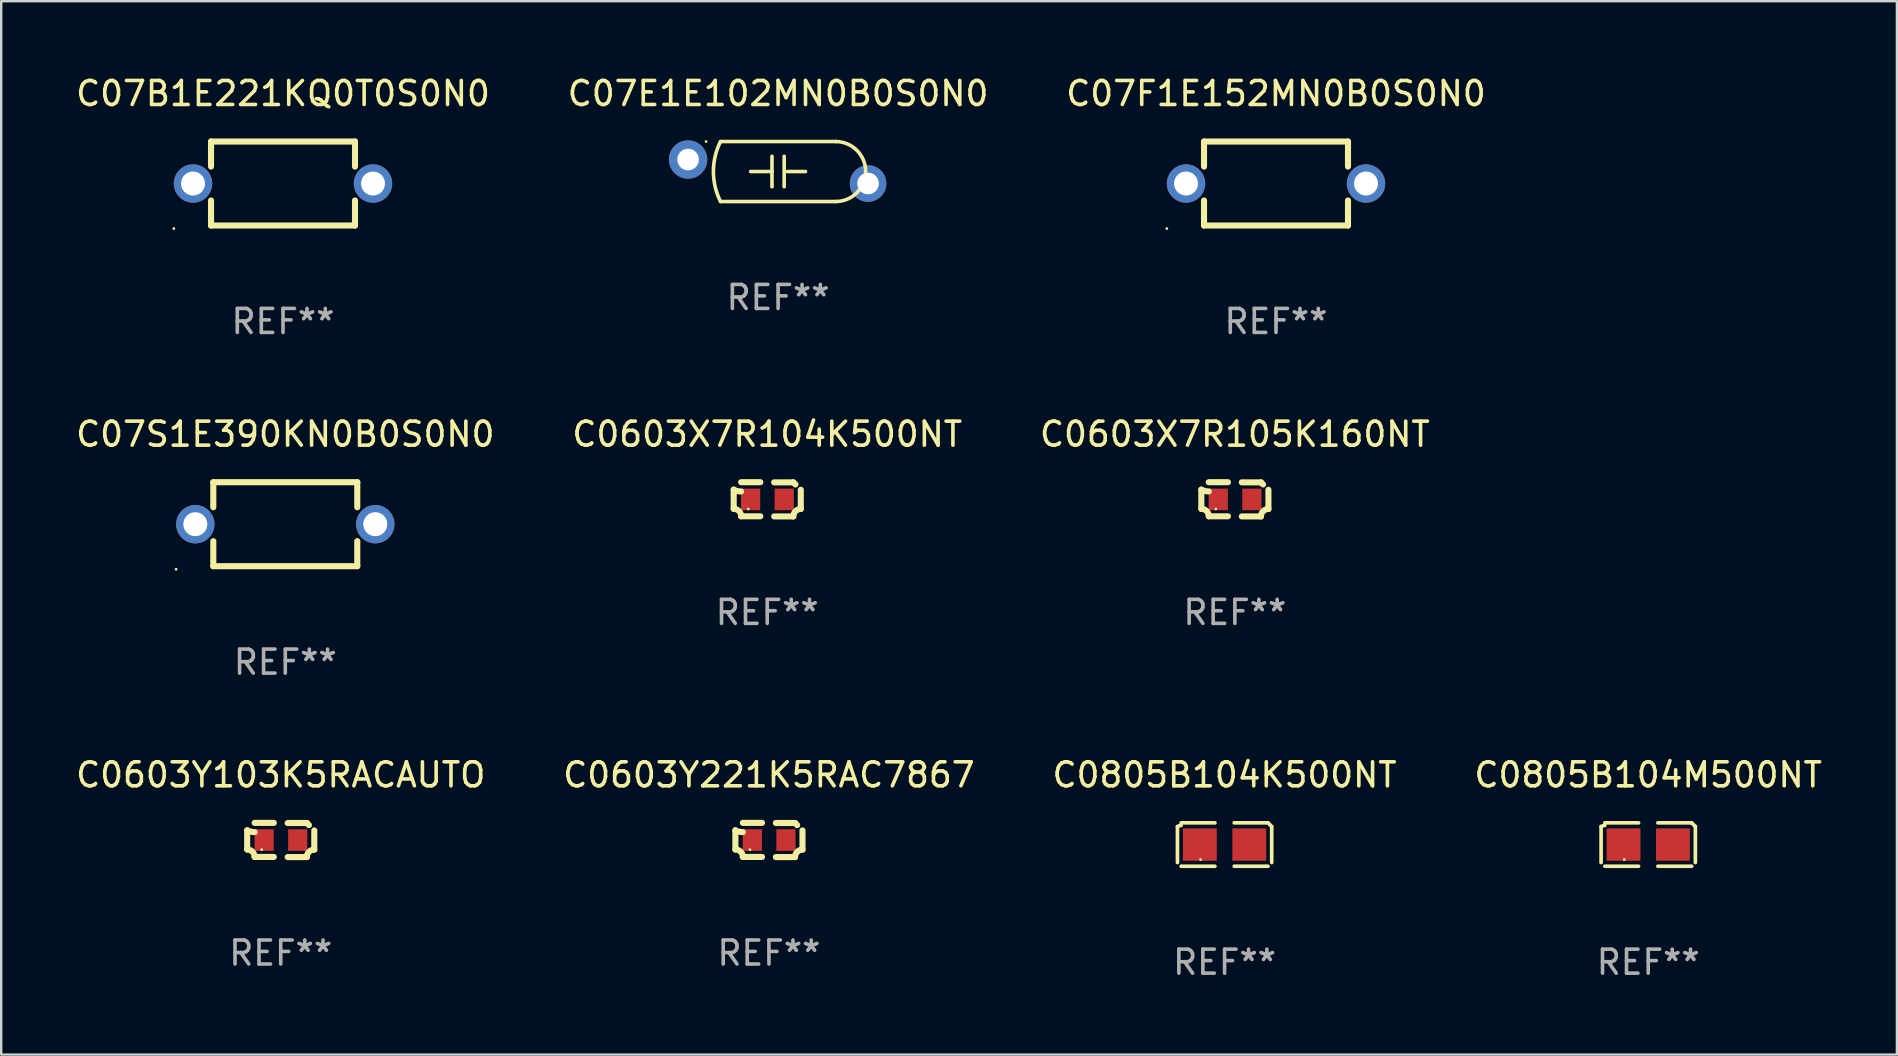
<source format=kicad_pcb>
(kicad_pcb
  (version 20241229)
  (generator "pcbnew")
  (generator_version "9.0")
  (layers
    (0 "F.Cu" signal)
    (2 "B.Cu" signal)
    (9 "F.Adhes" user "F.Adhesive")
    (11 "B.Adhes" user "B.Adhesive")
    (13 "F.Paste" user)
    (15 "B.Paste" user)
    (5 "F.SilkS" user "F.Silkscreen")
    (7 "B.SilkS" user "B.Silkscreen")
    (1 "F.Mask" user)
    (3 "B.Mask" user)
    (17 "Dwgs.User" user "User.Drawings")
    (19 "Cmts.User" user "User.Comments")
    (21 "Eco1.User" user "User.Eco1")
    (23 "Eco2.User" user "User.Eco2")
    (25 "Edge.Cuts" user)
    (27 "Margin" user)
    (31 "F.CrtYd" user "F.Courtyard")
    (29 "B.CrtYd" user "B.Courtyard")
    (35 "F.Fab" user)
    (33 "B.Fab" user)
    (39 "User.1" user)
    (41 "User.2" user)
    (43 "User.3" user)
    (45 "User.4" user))
  (footprint "C07F1E152MN0B0S0N0"
    (layer "F.Cu")
    (at 50.125 4.598)
    (property "Reference" "C07F1E152MN0B0S0N0" (at 0 -3.75 0) (layer "F.SilkS") (effects (font (size 1 1) (thickness 0.15))))
    (attr through_hole)
    (fp_line (start -3 -1.75) (end -3 -0.706) (stroke (width 0.254) (type solid)) (layer "F.SilkS"))
    (fp_line (start -3 -1.75) (end 3 -1.75) (stroke (width 0.254) (type solid)) (layer "F.SilkS"))
    (fp_line (start -3 0.706) (end -3 1.75) (stroke (width 0.254) (type solid)) (layer "F.SilkS"))
    (fp_line (start 3 -1.75) (end 3 -0.706) (stroke (width 0.254) (type solid)) (layer "F.SilkS"))
    (fp_line (start 3 0.706) (end 3 1.75) (stroke (width 0.254) (type solid)) (layer "F.SilkS"))
    (fp_line (start 3 1.75) (end -3 1.75) (stroke (width 0.254) (type solid)) (layer "F.SilkS"))
    (fp_circle (center -4.55 1.877) (end -4.52 1.877) (stroke (width 0.06) (type solid)) (fill no) (layer "F.SilkS"))
    (fp_text user "REF**" (at 0 5.75 0) (layer "F.Fab") (effects (font (size 1 1) (thickness 0.15))))
    (pad "1" thru_hole circle (at -3.75 -0.000025) (size 1.6 1.6) (drill 1) (layers "*.Cu" "*.Mask"))
    (pad "2" thru_hole circle (at 3.75 -0.000025) (size 1.6 1.6) (drill 1) (layers "*.Cu" "*.Mask")))
  (footprint "C0805B104K500NT"
    (layer "F.Cu")
    (at 47.982 32.145)
    (property "Reference" "C0805B104K500NT" (at 0 -2.904 0) (layer "F.SilkS") (effects (font (size 1 1) (thickness 0.15))))
    (attr through_hole)
    (fp_line (start -1.964 0.751) (end -1.964 -0.751) (stroke (width 0.152) (type solid)) (layer "F.SilkS"))
    (fp_line (start -1.811 -0.904) (end -0.401 -0.904) (stroke (width 0.152) (type solid)) (layer "F.SilkS"))
    (fp_line (start -0.401 0.904) (end -1.811 0.904) (stroke (width 0.152) (type solid)) (layer "F.SilkS"))
    (fp_line (start 0.401 0.904) (end 1.811 0.904) (stroke (width 0.152) (type solid)) (layer "F.SilkS"))
    (fp_line (start 1.811 -0.904) (end 0.401 -0.904) (stroke (width 0.152) (type solid)) (layer "F.SilkS"))
    (fp_line (start 1.964 0.751) (end 1.964 -0.751) (stroke (width 0.152) (type solid)) (layer "F.SilkS"))
    (fp_arc (start -1.963602 -0.751207) (mid -1.890354 -0.783131) (end -1.811201 -0.794044) (stroke (width 0.1524) (type solid)) (layer "F.SilkS"))
    (fp_arc (start 1.811202 -0.903607) (mid 1.887413 -0.827418) (end 1.963602 -0.751207) (stroke (width 0.1524) (type solid)) (layer "F.SilkS"))
    (fp_circle (center -1 0.625) (end -0.97 0.625) (stroke (width 0.06) (type solid)) (fill no) (layer "F.SilkS"))
    (fp_text user "REF**" (at 0 4.904 0) (layer "F.Fab") (effects (font (size 1 1) (thickness 0.15))))
    (pad "1" smd rect (at -1.03 0) (size 1.41 1.35) (layers "F.Cu" "F.Mask" "F.Paste"))
    (pad "2" smd rect (at 1.03 0) (size 1.41 1.35) (layers "F.Cu" "F.Mask" "F.Paste")))
  (footprint "C0805B104M500NT"
    (layer "F.Cu")
    (at 65.637 32.145)
    (property "Reference" "C0805B104M500NT" (at 0 -2.904 0) (layer "F.SilkS") (effects (font (size 1 1) (thickness 0.15))))
    (attr through_hole)
    (fp_line (start -1.964 0.751) (end -1.964 -0.751) (stroke (width 0.152) (type solid)) (layer "F.SilkS"))
    (fp_line (start -1.811 -0.904) (end -0.401 -0.904) (stroke (width 0.152) (type solid)) (layer "F.SilkS"))
    (fp_line (start -0.401 0.904) (end -1.811 0.904) (stroke (width 0.152) (type solid)) (layer "F.SilkS"))
    (fp_line (start 0.401 0.904) (end 1.811 0.904) (stroke (width 0.152) (type solid)) (layer "F.SilkS"))
    (fp_line (start 1.811 -0.904) (end 0.401 -0.904) (stroke (width 0.152) (type solid)) (layer "F.SilkS"))
    (fp_line (start 1.964 0.751) (end 1.964 -0.751) (stroke (width 0.152) (type solid)) (layer "F.SilkS"))
    (fp_arc (start -1.963602 -0.751207) (mid -1.890354 -0.783131) (end -1.811201 -0.794044) (stroke (width 0.1524) (type solid)) (layer "F.SilkS"))
    (fp_arc (start 1.811202 -0.903607) (mid 1.887413 -0.827418) (end 1.963602 -0.751207) (stroke (width 0.1524) (type solid)) (layer "F.SilkS"))
    (fp_circle (center -1 0.625) (end -0.97 0.625) (stroke (width 0.06) (type solid)) (fill no) (layer "F.SilkS"))
    (fp_text user "REF**" (at 0 4.904 0) (layer "F.Fab") (effects (font (size 1 1) (thickness 0.15))))
    (pad "1" smd rect (at -1.03 0) (size 1.41 1.35) (layers "F.Cu" "F.Mask" "F.Paste"))
    (pad "2" smd rect (at 1.03 0) (size 1.41 1.35) (layers "F.Cu" "F.Mask" "F.Paste")))
  (footprint "C07B1E221KQ0T0S0N0"
    (layer "F.Cu")
    (at 8.744 4.598)
    (property "Reference" "C07B1E221KQ0T0S0N0" (at 0 -3.75 0) (layer "F.SilkS") (effects (font (size 1 1) (thickness 0.15))))
    (attr through_hole)
    (fp_line (start -3 -1.75) (end -3 -0.706) (stroke (width 0.254) (type solid)) (layer "F.SilkS"))
    (fp_line (start -3 -1.75) (end 3 -1.75) (stroke (width 0.254) (type solid)) (layer "F.SilkS"))
    (fp_line (start -3 0.706) (end -3 1.75) (stroke (width 0.254) (type solid)) (layer "F.SilkS"))
    (fp_line (start 3 -1.75) (end 3 -0.706) (stroke (width 0.254) (type solid)) (layer "F.SilkS"))
    (fp_line (start 3 0.706) (end 3 1.75) (stroke (width 0.254) (type solid)) (layer "F.SilkS"))
    (fp_line (start 3 1.75) (end -3 1.75) (stroke (width 0.254) (type solid)) (layer "F.SilkS"))
    (fp_circle (center -4.55 1.877) (end -4.52 1.877) (stroke (width 0.06) (type solid)) (fill no) (layer "F.SilkS"))
    (fp_text user "REF**" (at 0 5.75 0) (layer "F.Fab") (effects (font (size 1 1) (thickness 0.15))))
    (pad "1" thru_hole circle (at -3.75 -0.000025) (size 1.6 1.6) (drill 1) (layers "*.Cu" "*.Mask"))
    (pad "2" thru_hole circle (at 3.75 -0.000025) (size 1.6 1.6) (drill 1) (layers "*.Cu" "*.Mask")))
  (footprint "C0603Y103K5RACAUTO"
    (layer "F.Cu")
    (at 8.649 31.954)
    (property "Reference" "C0603Y103K5RACAUTO" (at 0 -2.713 0) (layer "F.SilkS") (effects (font (size 1 1) (thickness 0.15))))
    (attr through_hole)
    (fp_line (start -1.398 -0.403) (end -1.398 0.397) (stroke (width 0.254) (type solid)) (layer "F.SilkS"))
    (fp_line (start -0.288 -0.713) (end -1.088 -0.713) (stroke (width 0.254) (type solid)) (layer "F.SilkS"))
    (fp_line (start -0.288 0.707) (end -1.088 0.707) (stroke (width 0.254) (type solid)) (layer "F.SilkS"))
    (fp_line (start 0.288 -0.707) (end 1.088 -0.707) (stroke (width 0.254) (type solid)) (layer "F.SilkS"))
    (fp_line (start 0.288 0.713) (end 1.088 0.713) (stroke (width 0.254) (type solid)) (layer "F.SilkS"))
    (fp_line (start 1.398 -0.397) (end 1.398 0.403) (stroke (width 0.254) (type solid)) (layer "F.SilkS"))
    (fp_arc (start -1.397789 0.397066) (mid -1.178701 0.487826) (end -1.08796 0.706922) (stroke (width 0.254001) (type solid)) (layer "F.SilkS"))
    (fp_arc (start -1.08796 -0.327176) (mid -1.247436 -0.346384) (end -1.39779 -0.402908) (stroke (width 0.254001) (type solid)) (layer "F.SilkS"))
    (fp_arc (start 1.087909 0.712738) (mid 1.178656 0.493655) (end 1.397739 0.402908) (stroke (width 0.254001) (type solid)) (layer "F.SilkS"))
    (fp_arc (start 1.175925 -0.618926) (mid 1.131917 -0.662923) (end 1.08791 -0.706922) (stroke (width 0.254001) (type solid)) (layer "F.SilkS"))
    (fp_circle (center -0.792 0.403) (end -0.762 0.403) (stroke (width 0.06) (type solid)) (fill no) (layer "F.SilkS"))
    (fp_text user "REF**" (at 0 4.713 0) (layer "F.Fab") (effects (font (size 1 1) (thickness 0.15))))
    (pad "1" smd rect (at -0.692 0.003) (size 0.8 0.9) (layers "F.Cu" "F.Mask" "F.Paste"))
    (pad "2" smd rect (at 0.708 0.003) (size 0.8 0.9) (layers "F.Cu" "F.Mask" "F.Paste")))
  (footprint "C0603X7R104K500NT"
    (layer "F.Cu")
    (at 28.923 17.758)
    (property "Reference" "C0603X7R104K500NT" (at 0 -2.713 0) (layer "F.SilkS") (effects (font (size 1 1) (thickness 0.15))))
    (attr through_hole)
    (fp_line (start -1.398 -0.403) (end -1.398 0.397) (stroke (width 0.254) (type solid)) (layer "F.SilkS"))
    (fp_line (start -0.288 -0.713) (end -1.088 -0.713) (stroke (width 0.254) (type solid)) (layer "F.SilkS"))
    (fp_line (start -0.288 0.707) (end -1.088 0.707) (stroke (width 0.254) (type solid)) (layer "F.SilkS"))
    (fp_line (start 0.288 -0.707) (end 1.088 -0.707) (stroke (width 0.254) (type solid)) (layer "F.SilkS"))
    (fp_line (start 0.288 0.713) (end 1.088 0.713) (stroke (width 0.254) (type solid)) (layer "F.SilkS"))
    (fp_line (start 1.398 -0.397) (end 1.398 0.403) (stroke (width 0.254) (type solid)) (layer "F.SilkS"))
    (fp_arc (start -1.397789 0.397066) (mid -1.178701 0.487826) (end -1.08796 0.706922) (stroke (width 0.254001) (type solid)) (layer "F.SilkS"))
    (fp_arc (start -1.08796 -0.327176) (mid -1.247436 -0.346384) (end -1.39779 -0.402908) (stroke (width 0.254001) (type solid)) (layer "F.SilkS"))
    (fp_arc (start 1.087909 0.712738) (mid 1.178656 0.493655) (end 1.397739 0.402908) (stroke (width 0.254001) (type solid)) (layer "F.SilkS"))
    (fp_arc (start 1.175925 -0.618926) (mid 1.131917 -0.662923) (end 1.08791 -0.706922) (stroke (width 0.254001) (type solid)) (layer "F.SilkS"))
    (fp_circle (center -0.792 0.403) (end -0.762 0.403) (stroke (width 0.06) (type solid)) (fill no) (layer "F.SilkS"))
    (fp_text user "REF**" (at 0 4.713 0) (layer "F.Fab") (effects (font (size 1 1) (thickness 0.15))))
    (pad "1" smd rect (at -0.692 0.003) (size 0.8 0.9) (layers "F.Cu" "F.Mask" "F.Paste"))
    (pad "2" smd rect (at 0.708 0.003) (size 0.8 0.9) (layers "F.Cu" "F.Mask" "F.Paste")))
  (footprint "C0603X7R105K160NT"
    (layer "F.Cu")
    (at 48.411 17.758)
    (property "Reference" "C0603X7R105K160NT" (at 0 -2.713 0) (layer "F.SilkS") (effects (font (size 1 1) (thickness 0.15))))
    (attr through_hole)
    (fp_line (start -1.398 -0.403) (end -1.398 0.397) (stroke (width 0.254) (type solid)) (layer "F.SilkS"))
    (fp_line (start -0.288 -0.713) (end -1.088 -0.713) (stroke (width 0.254) (type solid)) (layer "F.SilkS"))
    (fp_line (start -0.288 0.707) (end -1.088 0.707) (stroke (width 0.254) (type solid)) (layer "F.SilkS"))
    (fp_line (start 0.288 -0.707) (end 1.088 -0.707) (stroke (width 0.254) (type solid)) (layer "F.SilkS"))
    (fp_line (start 0.288 0.713) (end 1.088 0.713) (stroke (width 0.254) (type solid)) (layer "F.SilkS"))
    (fp_line (start 1.398 -0.397) (end 1.398 0.403) (stroke (width 0.254) (type solid)) (layer "F.SilkS"))
    (fp_arc (start -1.397789 0.397066) (mid -1.178701 0.487826) (end -1.08796 0.706922) (stroke (width 0.254001) (type solid)) (layer "F.SilkS"))
    (fp_arc (start -1.08796 -0.327176) (mid -1.247436 -0.346384) (end -1.39779 -0.402908) (stroke (width 0.254001) (type solid)) (layer "F.SilkS"))
    (fp_arc (start 1.087909 0.712738) (mid 1.178656 0.493655) (end 1.397739 0.402908) (stroke (width 0.254001) (type solid)) (layer "F.SilkS"))
    (fp_arc (start 1.175925 -0.618926) (mid 1.131917 -0.662923) (end 1.08791 -0.706922) (stroke (width 0.254001) (type solid)) (layer "F.SilkS"))
    (fp_circle (center -0.792 0.403) (end -0.762 0.403) (stroke (width 0.06) (type solid)) (fill no) (layer "F.SilkS"))
    (fp_text user "REF**" (at 0 4.713 0) (layer "F.Fab") (effects (font (size 1 1) (thickness 0.15))))
    (pad "1" smd rect (at -0.692 0.003) (size 0.8 0.9) (layers "F.Cu" "F.Mask" "F.Paste"))
    (pad "2" smd rect (at 0.708 0.003) (size 0.8 0.9) (layers "F.Cu" "F.Mask" "F.Paste")))
  (footprint "C0603Y221K5RAC7867"
    (layer "F.Cu")
    (at 28.994 31.954)
    (property "Reference" "C0603Y221K5RAC7867" (at 0 -2.713 0) (layer "F.SilkS") (effects (font (size 1 1) (thickness 0.15))))
    (attr through_hole)
    (fp_line (start -1.398 -0.403) (end -1.398 0.397) (stroke (width 0.254) (type solid)) (layer "F.SilkS"))
    (fp_line (start -0.288 -0.713) (end -1.088 -0.713) (stroke (width 0.254) (type solid)) (layer "F.SilkS"))
    (fp_line (start -0.288 0.707) (end -1.088 0.707) (stroke (width 0.254) (type solid)) (layer "F.SilkS"))
    (fp_line (start 0.288 -0.707) (end 1.088 -0.707) (stroke (width 0.254) (type solid)) (layer "F.SilkS"))
    (fp_line (start 0.288 0.713) (end 1.088 0.713) (stroke (width 0.254) (type solid)) (layer "F.SilkS"))
    (fp_line (start 1.398 -0.397) (end 1.398 0.403) (stroke (width 0.254) (type solid)) (layer "F.SilkS"))
    (fp_arc (start -1.397789 0.397066) (mid -1.178701 0.487826) (end -1.08796 0.706922) (stroke (width 0.254001) (type solid)) (layer "F.SilkS"))
    (fp_arc (start -1.08796 -0.327176) (mid -1.247436 -0.346384) (end -1.39779 -0.402908) (stroke (width 0.254001) (type solid)) (layer "F.SilkS"))
    (fp_arc (start 1.087909 0.712738) (mid 1.178656 0.493655) (end 1.397739 0.402908) (stroke (width 0.254001) (type solid)) (layer "F.SilkS"))
    (fp_arc (start 1.175925 -0.618926) (mid 1.131917 -0.662923) (end 1.08791 -0.706922) (stroke (width 0.254001) (type solid)) (layer "F.SilkS"))
    (fp_circle (center -0.792 0.403) (end -0.762 0.403) (stroke (width 0.06) (type solid)) (fill no) (layer "F.SilkS"))
    (fp_text user "REF**" (at 0 4.713 0) (layer "F.Fab") (effects (font (size 1 1) (thickness 0.15))))
    (pad "1" smd rect (at -0.692 0.003) (size 0.8 0.9) (layers "F.Cu" "F.Mask" "F.Paste"))
    (pad "2" smd rect (at 0.708 0.003) (size 0.8 0.9) (layers "F.Cu" "F.Mask" "F.Paste")))
  (footprint "C07E1E102MN0B0S0N0"
    (layer "F.Cu")
    (at 29.375 4.098)
    (property "Reference" "C07E1E102MN0B0S0N0" (at 0 -3.25 0) (layer "F.SilkS") (effects (font (size 1 1) (thickness 0.15))))
    (attr through_hole)
    (fp_line (start -2.4 -1.25) (end 2.399 -1.25) (stroke (width 0.15) (type solid)) (layer "F.SilkS"))
    (fp_line (start -2.399 1.25) (end 2.4 1.25) (stroke (width 0.15) (type solid)) (layer "F.SilkS"))
    (fp_line (start -0.254 -0.635) (end -0.254 0.635) (stroke (width 0.15) (type solid)) (layer "F.SilkS"))
    (fp_line (start -0.254 0.000318) (end -1.143 0.000318) (stroke (width 0.15) (type solid)) (layer "F.SilkS"))
    (fp_line (start 0.254 -0.635) (end 0.254 0.635) (stroke (width 0.15) (type solid)) (layer "F.SilkS"))
    (fp_line (start 0.381 0.000191) (end 1.143 0.000191) (stroke (width 0.15) (type solid)) (layer "F.SilkS"))
    (fp_arc (start -2.399314 1.249873) (mid -2.694648 0.000124) (end -2.400152 -1.249822) (stroke (width 0.150013) (type solid)) (layer "F.SilkS"))
    (fp_arc (start 2.399061 -1.249491) (mid 3.64892 -0.000062) (end 2.399898 1.250203) (stroke (width 0.150013) (type solid)) (layer "F.SilkS"))
    (fp_circle (center -3 -1.25) (end -2.97 -1.25) (stroke (width 0.06) (type solid)) (fill no) (layer "F.SilkS"))
    (fp_text user "REF**" (at 0 5.25 0) (layer "F.Fab") (effects (font (size 1 1) (thickness 0.15))))
    (pad "1" thru_hole circle (at -3.75 -0.5) (size 1.6 1.6) (drill 0.9) (layers "*.Cu" "*.Mask"))
    (pad "2" thru_hole circle (at 3.75 0.5) (size 1.524 1.524) (drill 0.9) (layers "*.Cu" "*.Mask")))
  (footprint "C07S1E390KN0B0S0N0"
    (layer "F.Cu")
    (at 8.839 18.795)
    (property "Reference" "C07S1E390KN0B0S0N0" (at 0 -3.75 0) (layer "F.SilkS") (effects (font (size 1 1) (thickness 0.15))))
    (attr through_hole)
    (fp_line (start -3 -1.75) (end -3 -0.706) (stroke (width 0.254) (type solid)) (layer "F.SilkS"))
    (fp_line (start -3 -1.75) (end 3 -1.75) (stroke (width 0.254) (type solid)) (layer "F.SilkS"))
    (fp_line (start -3 0.706) (end -3 1.75) (stroke (width 0.254) (type solid)) (layer "F.SilkS"))
    (fp_line (start 3 -1.75) (end 3 -0.706) (stroke (width 0.254) (type solid)) (layer "F.SilkS"))
    (fp_line (start 3 0.706) (end 3 1.75) (stroke (width 0.254) (type solid)) (layer "F.SilkS"))
    (fp_line (start 3 1.75) (end -3 1.75) (stroke (width 0.254) (type solid)) (layer "F.SilkS"))
    (fp_circle (center -4.55 1.877) (end -4.52 1.877) (stroke (width 0.06) (type solid)) (fill no) (layer "F.SilkS"))
    (fp_text user "REF**" (at 0 5.75 0) (layer "F.Fab") (effects (font (size 1 1) (thickness 0.15))))
    (pad "1" thru_hole circle (at -3.75 -0.000025) (size 1.6 1.6) (drill 1) (layers "*.Cu" "*.Mask"))
    (pad "2" thru_hole circle (at 3.75 -0.000025) (size 1.6 1.6) (drill 1) (layers "*.Cu" "*.Mask")))
  (gr_rect
    (start -3 -3)
    (end 76 40.897)
    (stroke (width 0.1) (type default))
    (fill no)
    (layer "Edge.Cuts")))
</source>
